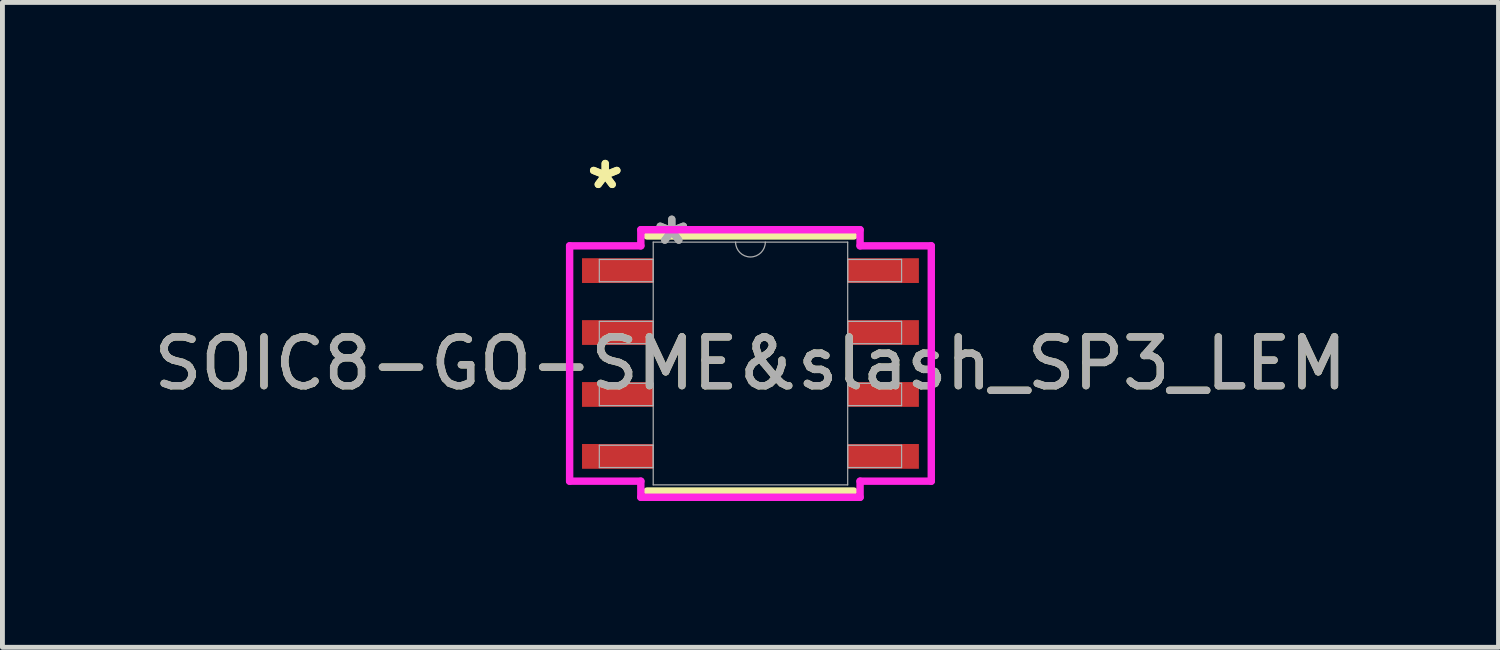
<source format=kicad_pcb>
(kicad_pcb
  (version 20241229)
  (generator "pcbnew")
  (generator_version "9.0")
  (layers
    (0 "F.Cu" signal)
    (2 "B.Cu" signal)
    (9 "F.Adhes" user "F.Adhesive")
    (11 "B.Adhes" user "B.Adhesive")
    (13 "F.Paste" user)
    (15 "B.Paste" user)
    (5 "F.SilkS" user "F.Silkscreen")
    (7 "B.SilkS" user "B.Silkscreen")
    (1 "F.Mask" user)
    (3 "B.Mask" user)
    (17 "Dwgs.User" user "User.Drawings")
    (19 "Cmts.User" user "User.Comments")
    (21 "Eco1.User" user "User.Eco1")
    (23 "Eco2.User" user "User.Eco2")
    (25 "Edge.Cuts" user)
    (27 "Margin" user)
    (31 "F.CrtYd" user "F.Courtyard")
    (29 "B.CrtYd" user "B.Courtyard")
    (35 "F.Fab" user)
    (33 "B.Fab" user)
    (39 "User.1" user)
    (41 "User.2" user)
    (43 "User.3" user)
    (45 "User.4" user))
  (footprint "SOIC8-GO-SME&slash_SP3_LEM"
    (layer "F.Cu")
    (at 12.339 4.404)
    (property "Reference" "SOIC8-GO-SME&slash_SP3_LEM" (at 0 0 0) (unlocked yes) (layer "F.SilkS") (effects (font (size 1 1) (thickness 0.15))))
    (attr smd)
    (fp_line (start -2.121 2.616) (end 2.121 2.616) (stroke (width 0.152) (type solid)) (layer "F.SilkS"))
    (fp_line (start 2.121 -2.616) (end -2.121 -2.616) (stroke (width 0.152) (type solid)) (layer "F.SilkS"))
    (fp_line (start -3.708 -2.413) (end -2.248 -2.413) (stroke (width 0.152) (type solid)) (layer "F.CrtYd"))
    (fp_line (start -3.708 2.413) (end -3.708 -2.413) (stroke (width 0.152) (type solid)) (layer "F.CrtYd"))
    (fp_line (start -3.708 2.413) (end -2.248 2.413) (stroke (width 0.152) (type solid)) (layer "F.CrtYd"))
    (fp_line (start -2.248 -2.743) (end 2.248 -2.743) (stroke (width 0.152) (type solid)) (layer "F.CrtYd"))
    (fp_line (start -2.248 -2.413) (end -2.248 -2.743) (stroke (width 0.152) (type solid)) (layer "F.CrtYd"))
    (fp_line (start -2.248 2.743) (end -2.248 2.413) (stroke (width 0.152) (type solid)) (layer "F.CrtYd"))
    (fp_line (start 2.248 -2.743) (end 2.248 -2.413) (stroke (width 0.152) (type solid)) (layer "F.CrtYd"))
    (fp_line (start 2.248 2.413) (end 2.248 2.743) (stroke (width 0.152) (type solid)) (layer "F.CrtYd"))
    (fp_line (start 2.248 2.743) (end -2.248 2.743) (stroke (width 0.152) (type solid)) (layer "F.CrtYd"))
    (fp_line (start 3.708 -2.413) (end 2.248 -2.413) (stroke (width 0.152) (type solid)) (layer "F.CrtYd"))
    (fp_line (start 3.708 -2.413) (end 3.708 2.413) (stroke (width 0.152) (type solid)) (layer "F.CrtYd"))
    (fp_line (start 3.708 2.413) (end 2.248 2.413) (stroke (width 0.152) (type solid)) (layer "F.CrtYd"))
    (fp_line (start -3.099 -2.134) (end -3.099 -1.676) (stroke (width 0.025) (type solid)) (layer "F.Fab"))
    (fp_line (start -3.099 -1.676) (end -1.994 -1.676) (stroke (width 0.025) (type solid)) (layer "F.Fab"))
    (fp_line (start -3.099 -0.864) (end -3.099 -0.406) (stroke (width 0.025) (type solid)) (layer "F.Fab"))
    (fp_line (start -3.099 -0.406) (end -1.994 -0.406) (stroke (width 0.025) (type solid)) (layer "F.Fab"))
    (fp_line (start -3.099 0.406) (end -3.099 0.864) (stroke (width 0.025) (type solid)) (layer "F.Fab"))
    (fp_line (start -3.099 0.864) (end -1.994 0.864) (stroke (width 0.025) (type solid)) (layer "F.Fab"))
    (fp_line (start -3.099 1.676) (end -3.099 2.134) (stroke (width 0.025) (type solid)) (layer "F.Fab"))
    (fp_line (start -3.099 2.134) (end -1.994 2.134) (stroke (width 0.025) (type solid)) (layer "F.Fab"))
    (fp_line (start -1.994 -2.489) (end -1.994 2.489) (stroke (width 0.025) (type solid)) (layer "F.Fab"))
    (fp_line (start -1.994 -2.134) (end -3.099 -2.134) (stroke (width 0.025) (type solid)) (layer "F.Fab"))
    (fp_line (start -1.994 -1.676) (end -1.994 -2.134) (stroke (width 0.025) (type solid)) (layer "F.Fab"))
    (fp_line (start -1.994 -0.864) (end -3.099 -0.864) (stroke (width 0.025) (type solid)) (layer "F.Fab"))
    (fp_line (start -1.994 -0.406) (end -1.994 -0.864) (stroke (width 0.025) (type solid)) (layer "F.Fab"))
    (fp_line (start -1.994 0.406) (end -3.099 0.406) (stroke (width 0.025) (type solid)) (layer "F.Fab"))
    (fp_line (start -1.994 0.864) (end -1.994 0.406) (stroke (width 0.025) (type solid)) (layer "F.Fab"))
    (fp_line (start -1.994 1.676) (end -3.099 1.676) (stroke (width 0.025) (type solid)) (layer "F.Fab"))
    (fp_line (start -1.994 2.134) (end -1.994 1.676) (stroke (width 0.025) (type solid)) (layer "F.Fab"))
    (fp_line (start -1.994 2.489) (end 1.994 2.489) (stroke (width 0.025) (type solid)) (layer "F.Fab"))
    (fp_line (start 1.994 -2.489) (end -1.994 -2.489) (stroke (width 0.025) (type solid)) (layer "F.Fab"))
    (fp_line (start 1.994 -2.134) (end 1.994 -1.676) (stroke (width 0.025) (type solid)) (layer "F.Fab"))
    (fp_line (start 1.994 -1.676) (end 3.099 -1.676) (stroke (width 0.025) (type solid)) (layer "F.Fab"))
    (fp_line (start 1.994 -0.864) (end 1.994 -0.406) (stroke (width 0.025) (type solid)) (layer "F.Fab"))
    (fp_line (start 1.994 -0.406) (end 3.099 -0.406) (stroke (width 0.025) (type solid)) (layer "F.Fab"))
    (fp_line (start 1.994 0.406) (end 1.994 0.864) (stroke (width 0.025) (type solid)) (layer "F.Fab"))
    (fp_line (start 1.994 0.864) (end 3.099 0.864) (stroke (width 0.025) (type solid)) (layer "F.Fab"))
    (fp_line (start 1.994 1.676) (end 1.994 2.134) (stroke (width 0.025) (type solid)) (layer "F.Fab"))
    (fp_line (start 1.994 2.134) (end 3.099 2.134) (stroke (width 0.025) (type solid)) (layer "F.Fab"))
    (fp_line (start 1.994 2.489) (end 1.994 -2.489) (stroke (width 0.025) (type solid)) (layer "F.Fab"))
    (fp_line (start 3.099 -2.134) (end 1.994 -2.134) (stroke (width 0.025) (type solid)) (layer "F.Fab"))
    (fp_line (start 3.099 -1.676) (end 3.099 -2.134) (stroke (width 0.025) (type solid)) (layer "F.Fab"))
    (fp_line (start 3.099 -0.864) (end 1.994 -0.864) (stroke (width 0.025) (type solid)) (layer "F.Fab"))
    (fp_line (start 3.099 -0.406) (end 3.099 -0.864) (stroke (width 0.025) (type solid)) (layer "F.Fab"))
    (fp_line (start 3.099 0.406) (end 1.994 0.406) (stroke (width 0.025) (type solid)) (layer "F.Fab"))
    (fp_line (start 3.099 0.864) (end 3.099 0.406) (stroke (width 0.025) (type solid)) (layer "F.Fab"))
    (fp_line (start 3.099 1.676) (end 1.994 1.676) (stroke (width 0.025) (type solid)) (layer "F.Fab"))
    (fp_line (start 3.099 2.134) (end 3.099 1.676) (stroke (width 0.025) (type solid)) (layer "F.Fab"))
    (fp_arc (start 0.3048 -2.4892) (mid 0 -2.1844) (end -0.3048 -2.4892) (stroke (width 0.0254) (type solid)) (layer "F.Fab"))
    (fp_text user "*" (at -2.978 -3.556 0) (unlocked yes) (layer "F.SilkS") (effects (font (size 1 1) (thickness 0.15))))
    (fp_text user "*" (at -2.978 -3.556 0) (layer "F.SilkS") (effects (font (size 1 1) (thickness 0.15))))
    (fp_text user "*" (at -1.613 -2.413 0) (unlocked yes) (layer "F.Fab") (effects (font (size 1 1) (thickness 0.15))))
    (fp_text user "*" (at -1.613 -2.413 0) (layer "F.Fab") (effects (font (size 1 1) (thickness 0.15))))
    (fp_text user "${REFERENCE}" (at 0 0 0) (unlocked yes) (layer "F.Fab") (effects (font (size 1 1) (thickness 0.15))))
    (pad "1" smd rect (at -2.724 -1.905) (size 1.46 0.508) (layers "F.Cu" "F.Mask" "F.Paste"))
    (pad "2" smd rect (at -2.724 -0.635) (size 1.46 0.508) (layers "F.Cu" "F.Mask" "F.Paste"))
    (pad "3" smd rect (at -2.724 0.635) (size 1.46 0.508) (layers "F.Cu" "F.Mask" "F.Paste"))
    (pad "4" smd rect (at -2.724 1.905) (size 1.46 0.508) (layers "F.Cu" "F.Mask" "F.Paste"))
    (pad "5" smd rect (at 2.724 1.905) (size 1.46 0.508) (layers "F.Cu" "F.Mask" "F.Paste"))
    (pad "6" smd rect (at 2.724 0.635) (size 1.46 0.508) (layers "F.Cu" "F.Mask" "F.Paste"))
    (pad "7" smd rect (at 2.724 -0.635) (size 1.46 0.508) (layers "F.Cu" "F.Mask" "F.Paste"))
    (pad "8" smd rect (at 2.724 -1.905) (size 1.46 0.508) (layers "F.Cu" "F.Mask" "F.Paste")))
  (gr_rect
    (start -3 -3)
    (end 27.679 10.224)
    (stroke (width 0.1) (type default))
    (fill no)
    (layer "Edge.Cuts")))
</source>
